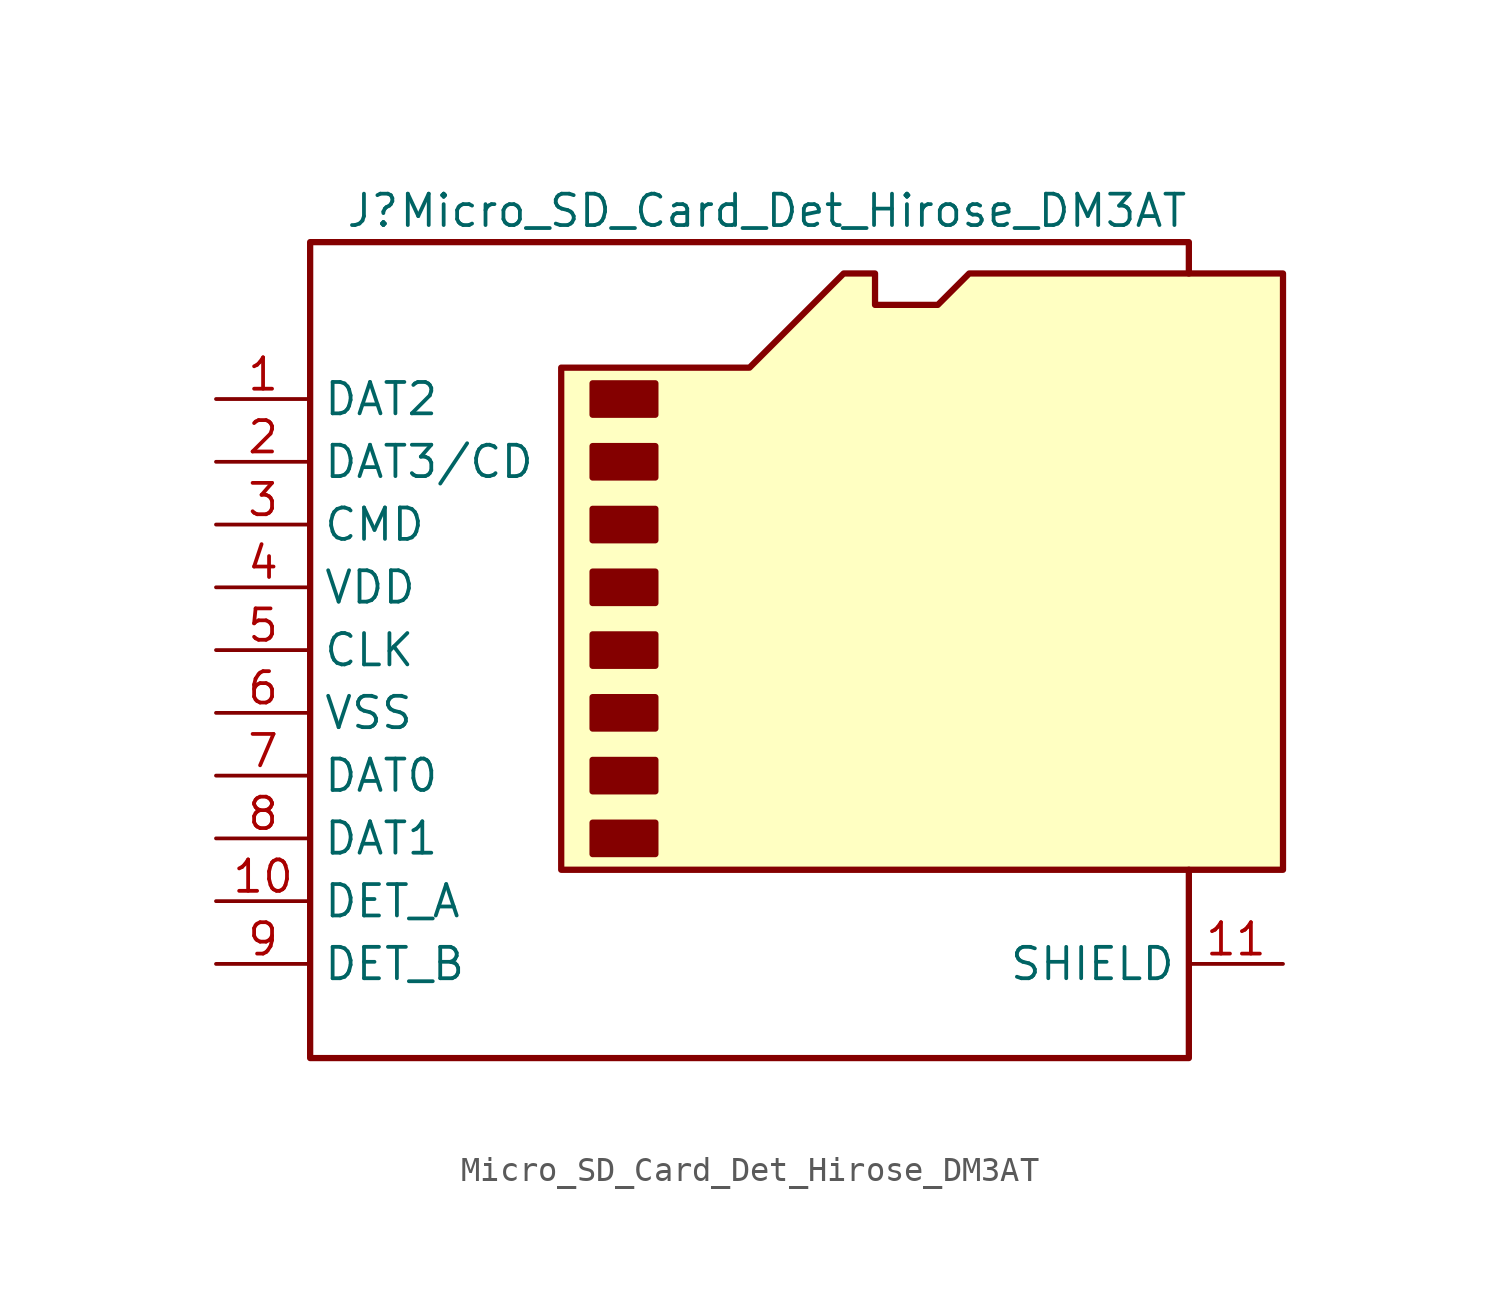
<source format=kicad_sym>
(kicad_symbol_lib
  (version 20231120)
  (generator "kicad_symbol_editor")
  (generator_version "8.0")
  (symbol "Micro_SD_Card_Det_Hirose_DM3AT"
    (property "Reference" "J"
      (at -16.51 17.78 0)
      (effects (font (size 1.27 1.27))))
    (property "Value" "Micro_SD_Card_Det_Hirose_DM3AT"
      (at 16.51 17.78 0)
      (effects (font (size 1.27 1.27)) (justify right)))
    (symbol "Micro_SD_Card_Det_Hirose_DM3AT_0_1"
      (rectangle (start -7.62 -6.985) (end -5.08 -8.255) (stroke (width 0.254) (type default)) (fill (type outline)))
      (rectangle (start -7.62 -4.445) (end -5.08 -5.715) (stroke (width 0.254) (type default)) (fill (type outline)))
      (rectangle (start -7.62 -1.905) (end -5.08 -3.175) (stroke (width 0.254) (type default)) (fill (type outline)))
      (rectangle (start -7.62 0.635) (end -5.08 -0.635) (stroke (width 0.254) (type default)) (fill (type outline)))
      (rectangle (start -7.62 3.175) (end -5.08 1.905) (stroke (width 0.254) (type default)) (fill (type outline)))
      (rectangle (start -7.62 5.715) (end -5.08 4.445) (stroke (width 0.254) (type default)) (fill (type outline)))
      (rectangle (start -7.62 8.255) (end -5.08 6.985) (stroke (width 0.254) (type default)) (fill (type outline)))
      (rectangle (start -7.62 10.795) (end -5.08 9.525) (stroke (width 0.254) (type default)) (fill (type outline)))
      (polyline (pts (xy 16.51 15.24) (xy 16.51 16.51) (xy -19.05 16.51) (xy -19.05 -16.51) (xy 16.51 -16.51) (xy 16.51 -8.89)) (stroke (width 0.254) (type default)) (fill (type none)))
      (polyline (pts (xy -8.89 -8.89) (xy -8.89 11.43) (xy -1.27 11.43) (xy 2.54 15.24) (xy 3.81 15.24) (xy 3.81 13.97) (xy 6.35 13.97) (xy 7.62 15.24) (xy 20.32 15.24) (xy 20.32 -8.89) (xy -8.89 -8.89)) (stroke (width 0.254) (type default)) (fill (type background))))
    (symbol "Micro_SD_Card_Det_Hirose_DM3AT_1_1"
      (pin bidirectional line (at -22.86 10.16 0) (length 3.81) (name "DAT2" (effects (font (size 1.27 1.27)))) (number "1" (effects (font (size 1.27 1.27)))))
      (pin passive line (at -22.86 -10.16 0) (length 3.81) (name "DET_A" (effects (font (size 1.27 1.27)))) (number "10" (effects (font (size 1.27 1.27)))))
      (pin passive line (at 20.32 -12.7 180) (length 3.81) (name "SHIELD" (effects (font (size 1.27 1.27)))) (number "11" (effects (font (size 1.27 1.27)))))
      (pin bidirectional line (at -22.86 7.62 0) (length 3.81) (name "DAT3/CD" (effects (font (size 1.27 1.27)))) (number "2" (effects (font (size 1.27 1.27)))))
      (pin input line (at -22.86 5.08 0) (length 3.81) (name "CMD" (effects (font (size 1.27 1.27)))) (number "3" (effects (font (size 1.27 1.27)))))
      (pin power_in line (at -22.86 2.54 0) (length 3.81) (name "VDD" (effects (font (size 1.27 1.27)))) (number "4" (effects (font (size 1.27 1.27)))))
      (pin input line (at -22.86 0 0) (length 3.81) (name "CLK" (effects (font (size 1.27 1.27)))) (number "5" (effects (font (size 1.27 1.27)))))
      (pin power_in line (at -22.86 -2.54 0) (length 3.81) (name "VSS" (effects (font (size 1.27 1.27)))) (number "6" (effects (font (size 1.27 1.27)))))
      (pin bidirectional line (at -22.86 -5.08 0) (length 3.81) (name "DAT0" (effects (font (size 1.27 1.27)))) (number "7" (effects (font (size 1.27 1.27)))))
      (pin bidirectional line (at -22.86 -7.62 0) (length 3.81) (name "DAT1" (effects (font (size 1.27 1.27)))) (number "8" (effects (font (size 1.27 1.27)))))
      (pin passive line (at -22.86 -12.7 0) (length 3.81) (name "DET_B" (effects (font (size 1.27 1.27)))) (number "9" (effects (font (size 1.27 1.27))))))))
</source>
